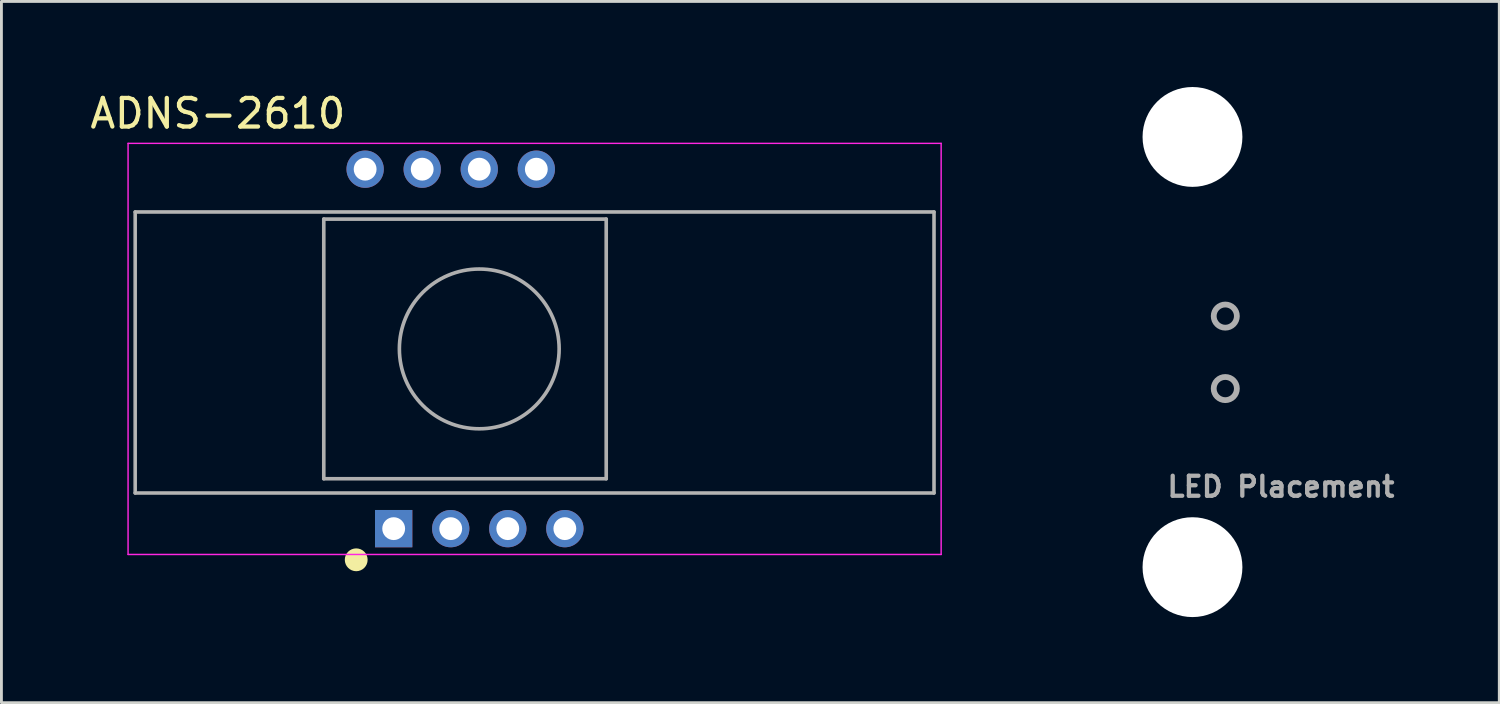
<source format=kicad_pcb>
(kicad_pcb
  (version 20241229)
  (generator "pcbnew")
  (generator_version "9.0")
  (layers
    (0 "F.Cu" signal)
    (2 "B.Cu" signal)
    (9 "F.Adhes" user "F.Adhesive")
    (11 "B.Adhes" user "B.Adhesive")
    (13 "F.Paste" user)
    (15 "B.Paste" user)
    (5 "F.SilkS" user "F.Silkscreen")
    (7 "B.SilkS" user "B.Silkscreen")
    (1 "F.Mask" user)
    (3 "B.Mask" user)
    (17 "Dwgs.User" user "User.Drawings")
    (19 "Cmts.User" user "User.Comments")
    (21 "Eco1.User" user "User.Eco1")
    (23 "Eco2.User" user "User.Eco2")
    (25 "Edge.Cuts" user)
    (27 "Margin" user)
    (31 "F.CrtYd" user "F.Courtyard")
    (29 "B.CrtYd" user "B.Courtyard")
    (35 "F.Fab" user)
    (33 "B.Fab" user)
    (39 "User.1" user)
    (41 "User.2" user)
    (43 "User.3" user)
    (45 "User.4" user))
  (footprint "ADNS-2610"
    (layer "F.Cu")
    (at 10.749 15.48)
    (property "Reference" "ADNS-2610" (at -6.163 -14.551 0) (layer "F.SilkS") (effects (font (size 1.002 1.002) (thickness 0.15))))
    (attr through_hole)
    (fp_circle (center -1.313 1.092) (end -1.113 1.092) (stroke (width 0.4) (type solid)) (fill no) (layer "F.SilkS"))
    (fp_line (start -9.06 -11.1) (end -9.06 -1.25) (stroke (width 0.01) (type solid)) (layer "Edge.Cuts"))
    (fp_line (start 18.94 -11.1) (end -9.06 -11.1) (stroke (width 0.01) (type solid)) (layer "Edge.Cuts"))
    (fp_line (start 18.94 -11.1) (end 18.94 -1.25) (stroke (width 0.01) (type solid)) (layer "Edge.Cuts"))
    (fp_line (start 18.94 -1.25) (end -9.06 -1.25) (stroke (width 0.01) (type solid)) (layer "Edge.Cuts"))
    (fp_line (start -9.31 -13.505) (end 19.19 -13.505) (stroke (width 0.05) (type solid)) (layer "F.CrtYd"))
    (fp_line (start -9.31 0.905) (end -9.31 -13.505) (stroke (width 0.05) (type solid)) (layer "F.CrtYd"))
    (fp_line (start 19.19 -13.505) (end 19.19 0.905) (stroke (width 0.05) (type solid)) (layer "F.CrtYd"))
    (fp_line (start 19.19 0.905) (end -9.31 0.905) (stroke (width 0.05) (type solid)) (layer "F.CrtYd"))
    (fp_line (start -9.06 -11.1) (end -9.06 -1.25) (stroke (width 0.127) (type solid)) (layer "F.Fab"))
    (fp_line (start -2.45 -10.85) (end -2.45 -1.75) (stroke (width 0.127) (type solid)) (layer "F.Fab"))
    (fp_line (start -2.45 -1.75) (end 7.45 -1.75) (stroke (width 0.127) (type solid)) (layer "F.Fab"))
    (fp_line (start 7.45 -10.85) (end -2.45 -10.85) (stroke (width 0.127) (type solid)) (layer "F.Fab"))
    (fp_line (start 7.45 -1.75) (end 7.45 -10.85) (stroke (width 0.127) (type solid)) (layer "F.Fab"))
    (fp_line (start 18.94 -11.1) (end -9.06 -11.1) (stroke (width 0.127) (type solid)) (layer "F.Fab"))
    (fp_line (start 18.94 -11.1) (end 18.94 -1.25) (stroke (width 0.127) (type solid)) (layer "F.Fab"))
    (fp_line (start 18.94 -1.25) (end -9.06 -1.25) (stroke (width 0.127) (type solid)) (layer "F.Fab"))
    (fp_circle (center 3 -6.3) (end 5.8 -6.3) (stroke (width 0.127) (type solid)) (fill no) (layer "F.Fab"))
    (fp_circle (center 29.15 -7.45) (end 29.556 -7.45) (stroke (width 0.203) (type solid)) (fill no) (layer "F.Fab"))
    (fp_circle (center 29.15 -4.91) (end 29.556 -4.91) (stroke (width 0.203) (type solid)) (fill no) (layer "F.Fab"))
    (fp_text user "LED Placement " (at 31.368 -1.47 0) (layer "F.Fab") (effects (font (size 0.702 0.702) (thickness 0.15))))
    (pad "" np_thru_hole circle (at 28 -13.73) (size 3.5 3.5) (drill 3.5) (layers "*.Cu" "*.Mask"))
    (pad "" np_thru_hole circle (at 28 1.35) (size 3.5 3.5) (drill 3.5) (layers "*.Cu" "*.Mask"))
    (pad "1" thru_hole rect (at 0 0) (size 1.308 1.308) (drill 0.8) (layers "*.Cu" "*.Mask"))
    (pad "2" thru_hole circle (at 2 0) (size 1.308 1.308) (drill 0.8) (layers "*.Cu" "*.Mask"))
    (pad "3" thru_hole circle (at 4 0) (size 1.308 1.308) (drill 0.8) (layers "*.Cu" "*.Mask"))
    (pad "4" thru_hole circle (at 6 0) (size 1.308 1.308) (drill 0.8) (layers "*.Cu" "*.Mask"))
    (pad "5" thru_hole circle (at 5 -12.6) (size 1.308 1.308) (drill 0.8) (layers "*.Cu" "*.Mask"))
    (pad "6" thru_hole circle (at 3 -12.6) (size 1.308 1.308) (drill 0.8) (layers "*.Cu" "*.Mask"))
    (pad "7" thru_hole circle (at 1 -12.6) (size 1.308 1.308) (drill 0.8) (layers "*.Cu" "*.Mask"))
    (pad "8" thru_hole circle (at -1 -12.6) (size 1.308 1.308) (drill 0.8) (layers "*.Cu" "*.Mask")))
  (gr_rect
    (start -3 -3)
    (end 49.503 21.58)
    (stroke (width 0.1) (type default))
    (fill no)
    (layer "Edge.Cuts")))
</source>
